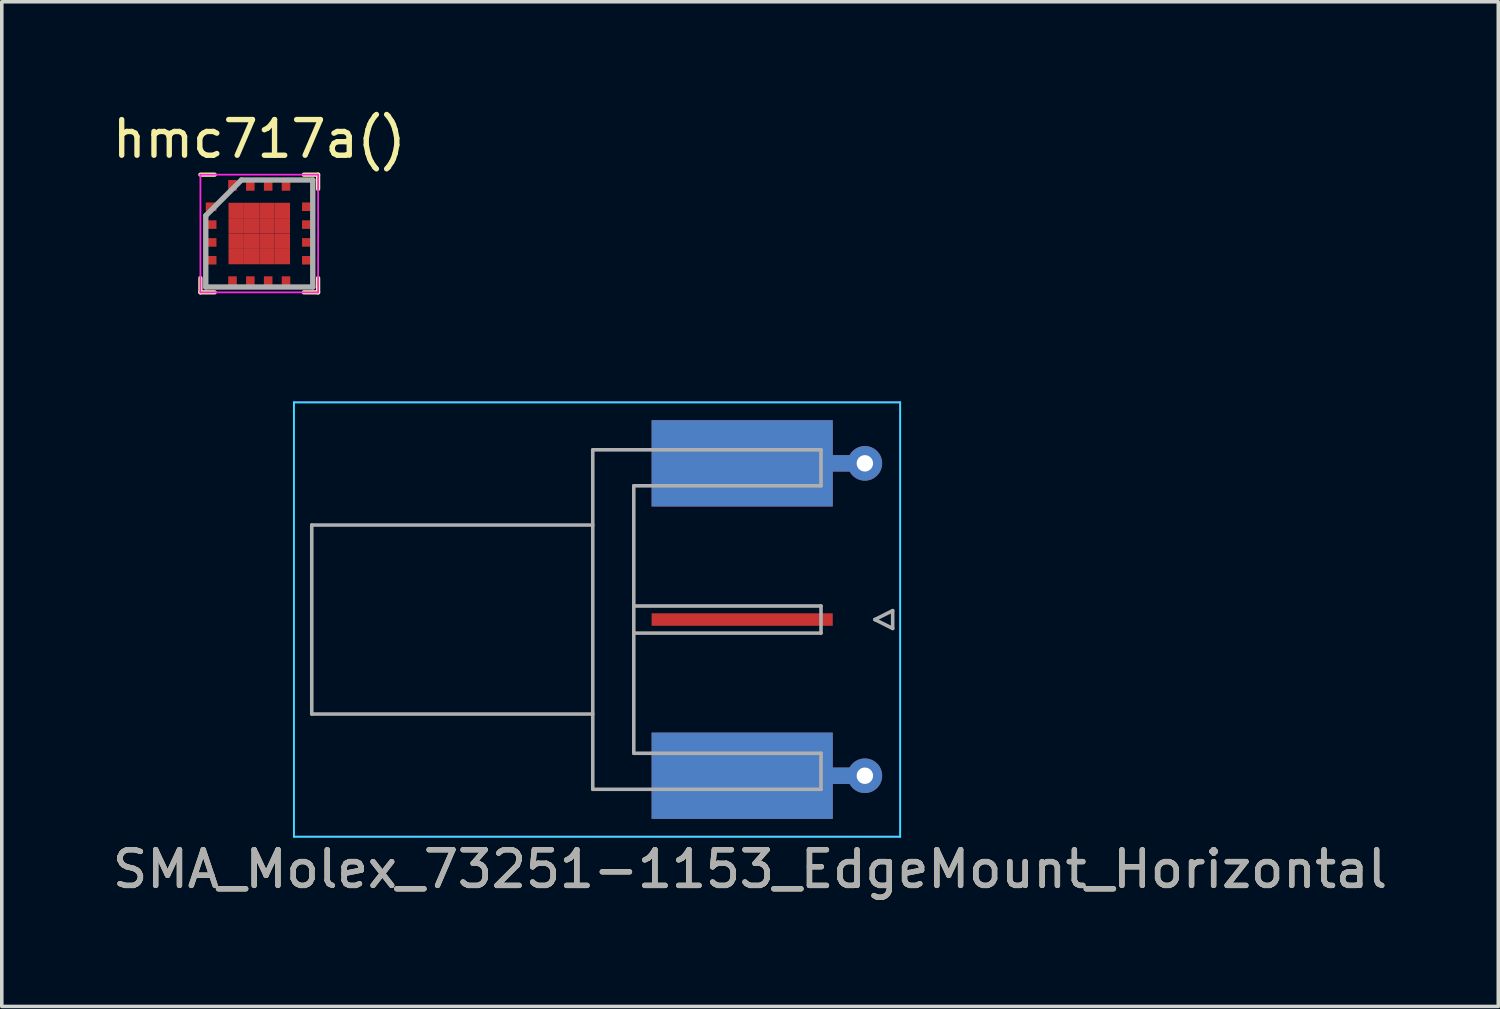
<source format=kicad_pcb>
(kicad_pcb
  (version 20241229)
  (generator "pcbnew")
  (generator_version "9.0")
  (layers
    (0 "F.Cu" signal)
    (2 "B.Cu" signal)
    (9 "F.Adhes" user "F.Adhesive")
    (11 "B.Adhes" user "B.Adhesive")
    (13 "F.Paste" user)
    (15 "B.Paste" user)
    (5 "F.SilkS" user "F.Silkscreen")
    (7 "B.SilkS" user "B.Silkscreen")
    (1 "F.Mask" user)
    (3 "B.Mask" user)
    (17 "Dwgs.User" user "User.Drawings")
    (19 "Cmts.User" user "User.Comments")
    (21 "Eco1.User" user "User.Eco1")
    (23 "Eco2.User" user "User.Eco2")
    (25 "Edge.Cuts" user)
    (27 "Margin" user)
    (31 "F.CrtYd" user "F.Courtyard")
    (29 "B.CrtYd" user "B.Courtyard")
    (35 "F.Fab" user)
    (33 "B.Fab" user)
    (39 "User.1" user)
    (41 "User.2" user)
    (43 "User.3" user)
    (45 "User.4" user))
  (footprint "SMA_Molex_73251-1153_EdgeMount_Horizontal"
    (layer "F.Cu")
    (at 19.482 14.323)
    (property "Reference" "SMA_Molex_73251-1153_EdgeMount_Horizontal" (at -1.5 7 0) (layer "F.SilkS") (effects (font (size 1 1) (thickness 0.15))))
    (attr smd)
    (fp_line (start -14.29 -6.09) (end -14.29 6.09) (stroke (width 0.05) (type solid)) (layer "B.CrtYd"))
    (fp_line (start -14.29 -6.09) (end 2.71 -6.09) (stroke (width 0.05) (type solid)) (layer "B.CrtYd"))
    (fp_line (start -14.29 6.09) (end 2.71 6.09) (stroke (width 0.05) (type solid)) (layer "B.CrtYd"))
    (fp_line (start 2.71 -6.09) (end 2.71 6.09) (stroke (width 0.05) (type solid)) (layer "B.CrtYd"))
    (fp_line (start -14.29 -6.09) (end -14.29 6.09) (stroke (width 0.05) (type solid)) (layer "F.CrtYd"))
    (fp_line (start -14.29 6.09) (end 2.71 6.09) (stroke (width 0.05) (type solid)) (layer "F.CrtYd"))
    (fp_line (start 2.71 -6.09) (end -14.29 -6.09) (stroke (width 0.05) (type solid)) (layer "F.CrtYd"))
    (fp_line (start 2.71 -6.09) (end 2.71 6.09) (stroke (width 0.05) (type solid)) (layer "F.CrtYd"))
    (fp_line (start -13.79 -2.65) (end -13.79 2.65) (stroke (width 0.1) (type solid)) (layer "F.Fab"))
    (fp_line (start -13.79 -2.65) (end -5.91 -2.65) (stroke (width 0.1) (type solid)) (layer "F.Fab"))
    (fp_line (start -13.79 2.65) (end -5.91 2.65) (stroke (width 0.1) (type solid)) (layer "F.Fab"))
    (fp_line (start -5.91 -4.76) (end -5.91 4.76) (stroke (width 0.1) (type solid)) (layer "F.Fab"))
    (fp_line (start -5.91 4.76) (end 0.49 4.76) (stroke (width 0.1) (type solid)) (layer "F.Fab"))
    (fp_line (start -4.76 -3.75) (end -4.76 3.75) (stroke (width 0.1) (type solid)) (layer "F.Fab"))
    (fp_line (start -4.76 -3.75) (end 0.49 -3.75) (stroke (width 0.1) (type solid)) (layer "F.Fab"))
    (fp_line (start -4.76 -0.38) (end 0.49 -0.38) (stroke (width 0.1) (type solid)) (layer "F.Fab"))
    (fp_line (start -4.76 0.38) (end 0.49 0.38) (stroke (width 0.1) (type solid)) (layer "F.Fab"))
    (fp_line (start -4.76 3.75) (end 0.49 3.75) (stroke (width 0.1) (type solid)) (layer "F.Fab"))
    (fp_line (start 0.49 -4.76) (end -5.91 -4.76) (stroke (width 0.1) (type solid)) (layer "F.Fab"))
    (fp_line (start 0.49 -4.76) (end 0.49 -3.75) (stroke (width 0.1) (type solid)) (layer "F.Fab"))
    (fp_line (start 0.49 -0.38) (end 0.49 0.38) (stroke (width 0.1) (type solid)) (layer "F.Fab"))
    (fp_line (start 0.49 3.75) (end 0.49 4.76) (stroke (width 0.1) (type solid)) (layer "F.Fab"))
    (fp_line (start 2 0) (end 2.5 0.25) (stroke (width 0.1) (type solid)) (layer "F.Fab"))
    (fp_line (start 2.5 -0.25) (end 2 0) (stroke (width 0.1) (type solid)) (layer "F.Fab"))
    (fp_line (start 2.5 0.25) (end 2.5 -0.25) (stroke (width 0.1) (type solid)) (layer "F.Fab"))
    (fp_text user "${REFERENCE}" (at -1.5 7 0) (layer "F.Fab") (effects (font (size 1 1) (thickness 0.15))))
    (pad "1" smd rect (at -1.72 0) (size 5.08 0.35) (layers "F.Cu" "F.Mask" "F.Paste"))
    (pad "2" smd rect (at -1.72 -4.38) (size 5.08 2.42) (layers "F.Cu" "F.Mask" "F.Paste"))
    (pad "2" smd rect (at -1.72 -4.38) (size 5.08 2.42) (layers "B.Cu" "B.Mask" "B.Paste"))
    (pad "2" smd rect (at -1.72 4.38) (size 5.08 2.42) (layers "F.Cu" "F.Mask" "F.Paste"))
    (pad "2" smd rect (at -1.72 4.38) (size 5.08 2.42) (layers "B.Cu" "B.Mask" "B.Paste"))
    (pad "2" smd rect (at 1.27 -4.38) (size 0.95 0.46) (layers "F.Cu"))
    (pad "2" smd rect (at 1.27 -4.38) (size 0.95 0.46) (layers "B.Cu"))
    (pad "2" smd rect (at 1.27 4.38) (size 0.95 0.46) (layers "F.Cu"))
    (pad "2" smd rect (at 1.27 4.38) (size 0.95 0.46) (layers "B.Cu"))
    (pad "2" thru_hole circle (at 1.72 -4.38) (size 0.97 0.97) (drill 0.46) (layers "*.Cu"))
    (pad "2" thru_hole circle (at 1.72 4.38) (size 0.97 0.97) (drill 0.46) (layers "*.Cu")))
  (footprint "hmc717a()"
    (layer "F.Cu")
    (at 4.22 3.498)
    (property "Reference" "hmc717a()" (at 0 -2.65 0) (layer "F.SilkS") (effects (font (size 1 1) (thickness 0.15))))
    (attr smd)
    (fp_line (start -1.65 1.65) (end -1.65 1.25) (stroke (width 0.12) (type solid)) (layer "F.SilkS"))
    (fp_line (start -1.25 -1.65) (end -1.65 -1.65) (stroke (width 0.12) (type solid)) (layer "F.SilkS"))
    (fp_line (start -1.25 1.65) (end -1.65 1.65) (stroke (width 0.12) (type solid)) (layer "F.SilkS"))
    (fp_line (start 1.25 -1.65) (end 1.65 -1.65) (stroke (width 0.12) (type solid)) (layer "F.SilkS"))
    (fp_line (start 1.25 1.65) (end 1.65 1.65) (stroke (width 0.12) (type solid)) (layer "F.SilkS"))
    (fp_line (start 1.65 -1.65) (end 1.65 -1.25) (stroke (width 0.12) (type solid)) (layer "F.SilkS"))
    (fp_line (start 1.65 1.65) (end 1.65 1.25) (stroke (width 0.12) (type solid)) (layer "F.SilkS"))
    (fp_line (start -1.65 -1.65) (end 1.65 -1.65) (stroke (width 0.05) (type solid)) (layer "F.CrtYd"))
    (fp_line (start -1.65 1.65) (end -1.65 -1.65) (stroke (width 0.05) (type solid)) (layer "F.CrtYd"))
    (fp_line (start 1.65 -1.65) (end 1.65 1.65) (stroke (width 0.05) (type solid)) (layer "F.CrtYd"))
    (fp_line (start 1.65 1.65) (end -1.65 1.65) (stroke (width 0.05) (type solid)) (layer "F.CrtYd"))
    (fp_line (start -1.5 -0.5) (end -1.5 1.5) (stroke (width 0.15) (type solid)) (layer "F.Fab"))
    (fp_line (start -1.5 1.5) (end 1.5 1.5) (stroke (width 0.15) (type solid)) (layer "F.Fab"))
    (fp_line (start -0.5 -1.5) (end -1.5 -0.5) (stroke (width 0.15) (type solid)) (layer "F.Fab"))
    (fp_line (start 1.5 -1.5) (end -0.5 -1.5) (stroke (width 0.15) (type solid)) (layer "F.Fab"))
    (fp_line (start 1.5 1.5) (end 1.5 -1.5) (stroke (width 0.15) (type solid)) (layer "F.Fab"))
    (pad "1" smd rect (at -1.35 -0.75 90) (size 0.24 0.3) (layers "F.Cu" "F.Mask" "F.Paste"))
    (pad "2" smd rect (at -1.35 -0.25 90) (size 0.24 0.3) (layers "F.Cu" "F.Mask" "F.Paste"))
    (pad "3" smd rect (at -1.35 0.25 90) (size 0.24 0.3) (layers "F.Cu" "F.Mask" "F.Paste"))
    (pad "4" smd rect (at -1.35 0.75 90) (size 0.24 0.3) (layers "F.Cu" "F.Mask" "F.Paste"))
    (pad "5" smd rect (at -0.75 1.35) (size 0.24 0.3) (layers "F.Cu" "F.Mask" "F.Paste"))
    (pad "6" smd rect (at -0.25 1.35) (size 0.24 0.3) (layers "F.Cu" "F.Mask" "F.Paste"))
    (pad "7" smd rect (at 0.25 1.35) (size 0.24 0.3) (layers "F.Cu" "F.Mask" "F.Paste"))
    (pad "8" smd rect (at 0.75 1.35) (size 0.24 0.3) (layers "F.Cu" "F.Mask" "F.Paste"))
    (pad "9" smd rect (at 1.35 0.75 90) (size 0.24 0.3) (layers "F.Cu" "F.Mask" "F.Paste"))
    (pad "10" smd rect (at 1.35 0.25 90) (size 0.24 0.3) (layers "F.Cu" "F.Mask" "F.Paste"))
    (pad "11" smd rect (at 1.35 -0.25 90) (size 0.24 0.3) (layers "F.Cu" "F.Mask" "F.Paste"))
    (pad "12" smd rect (at 1.35 -0.75 90) (size 0.24 0.3) (layers "F.Cu" "F.Mask" "F.Paste"))
    (pad "13" smd rect (at 0.75 -1.35) (size 0.24 0.3) (layers "F.Cu" "F.Mask" "F.Paste"))
    (pad "14" smd rect (at 0.25 -1.35) (size 0.24 0.3) (layers "F.Cu" "F.Mask" "F.Paste"))
    (pad "15" smd rect (at -0.25 -1.35) (size 0.24 0.3) (layers "F.Cu" "F.Mask" "F.Paste"))
    (pad "16" smd rect (at -0.75 -1.35) (size 0.24 0.3) (layers "F.Cu" "F.Mask" "F.Paste"))
    (pad "17" smd rect (at -0.647 -0.647) (size 0.431 0.431) (layers "F.Cu" "F.Mask" "F.Paste"))
    (pad "17" smd rect (at -0.647 -0.216) (size 0.431 0.431) (layers "F.Cu" "F.Mask" "F.Paste"))
    (pad "17" smd rect (at -0.647 0.216) (size 0.431 0.431) (layers "F.Cu" "F.Mask" "F.Paste"))
    (pad "17" smd rect (at -0.647 0.647) (size 0.431 0.431) (layers "F.Cu" "F.Mask" "F.Paste"))
    (pad "17" smd rect (at -0.216 -0.647) (size 0.431 0.431) (layers "F.Cu" "F.Mask" "F.Paste"))
    (pad "17" smd rect (at -0.216 -0.216) (size 0.431 0.431) (layers "F.Cu" "F.Mask" "F.Paste"))
    (pad "17" smd rect (at -0.216 0.216) (size 0.431 0.431) (layers "F.Cu" "F.Mask" "F.Paste"))
    (pad "17" smd rect (at -0.216 0.647) (size 0.431 0.431) (layers "F.Cu" "F.Mask" "F.Paste"))
    (pad "17" smd rect (at 0.216 -0.647) (size 0.431 0.431) (layers "F.Cu" "F.Mask" "F.Paste"))
    (pad "17" smd rect (at 0.216 -0.216) (size 0.431 0.431) (layers "F.Cu" "F.Mask" "F.Paste"))
    (pad "17" smd rect (at 0.216 0.216) (size 0.431 0.431) (layers "F.Cu" "F.Mask" "F.Paste"))
    (pad "17" smd rect (at 0.216 0.647) (size 0.431 0.431) (layers "F.Cu" "F.Mask" "F.Paste"))
    (pad "17" smd rect (at 0.647 -0.647) (size 0.431 0.431) (layers "F.Cu" "F.Mask" "F.Paste"))
    (pad "17" smd rect (at 0.647 -0.216) (size 0.431 0.431) (layers "F.Cu" "F.Mask" "F.Paste"))
    (pad "17" smd rect (at 0.647 0.216) (size 0.431 0.431) (layers "F.Cu" "F.Mask" "F.Paste"))
    (pad "17" smd rect (at 0.647 0.647) (size 0.431 0.431) (layers "F.Cu" "F.Mask" "F.Paste")))
  (gr_rect
    (start -3 -3)
    (end 38.964 25.172)
    (stroke (width 0.1) (type default))
    (fill no)
    (layer "Edge.Cuts")))
</source>
